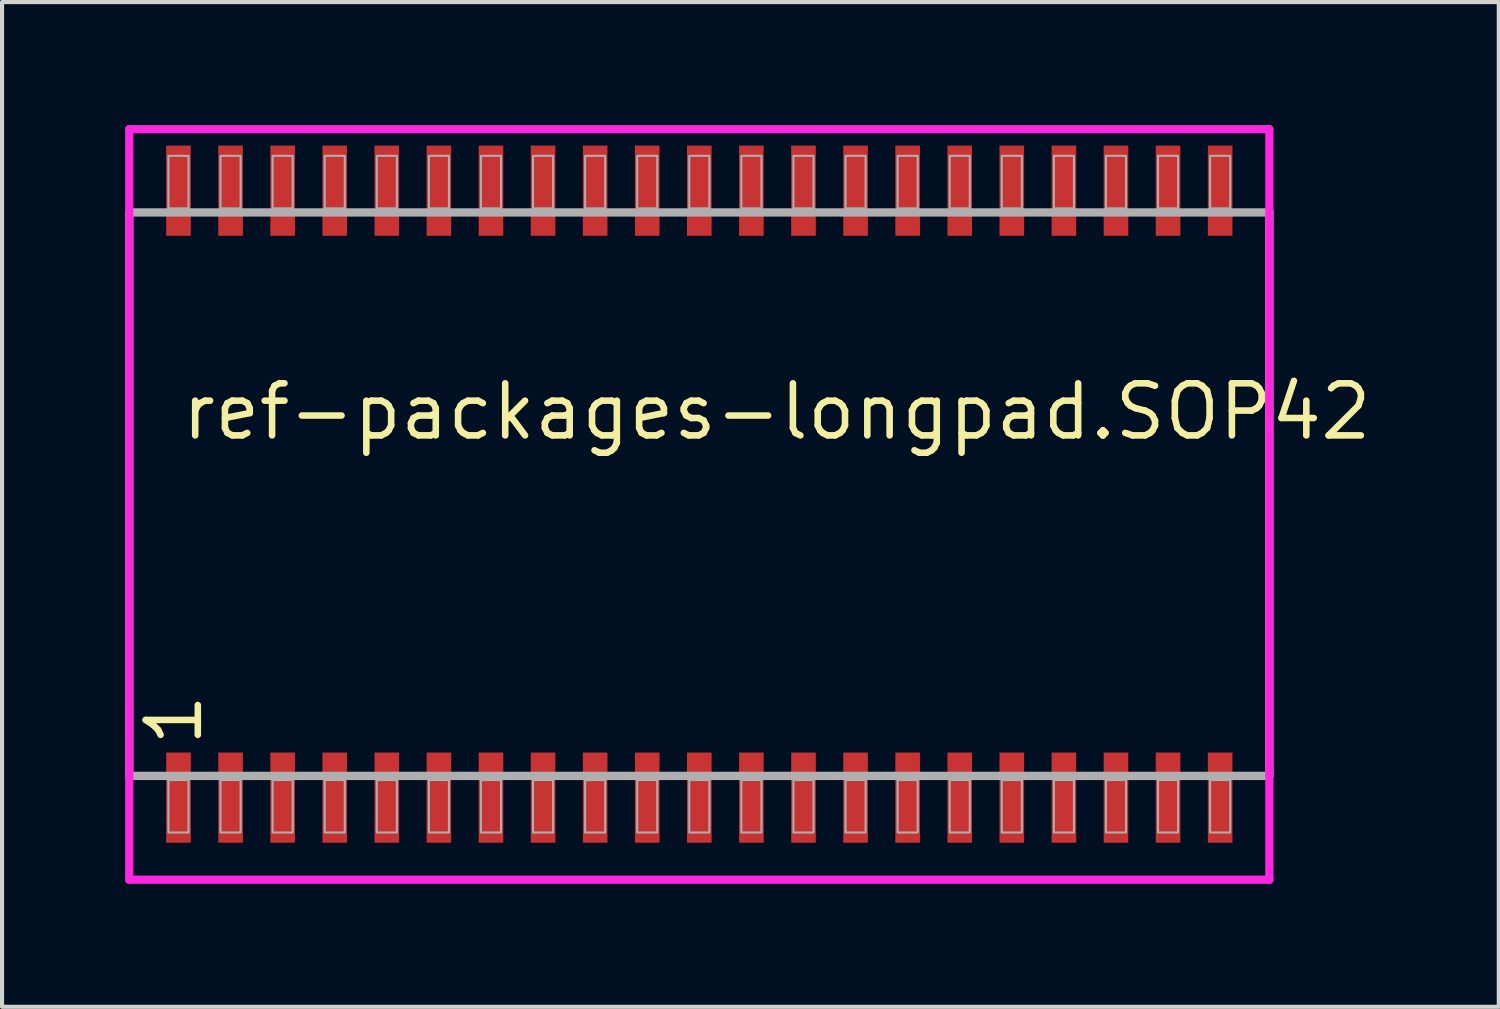
<source format=kicad_pcb>
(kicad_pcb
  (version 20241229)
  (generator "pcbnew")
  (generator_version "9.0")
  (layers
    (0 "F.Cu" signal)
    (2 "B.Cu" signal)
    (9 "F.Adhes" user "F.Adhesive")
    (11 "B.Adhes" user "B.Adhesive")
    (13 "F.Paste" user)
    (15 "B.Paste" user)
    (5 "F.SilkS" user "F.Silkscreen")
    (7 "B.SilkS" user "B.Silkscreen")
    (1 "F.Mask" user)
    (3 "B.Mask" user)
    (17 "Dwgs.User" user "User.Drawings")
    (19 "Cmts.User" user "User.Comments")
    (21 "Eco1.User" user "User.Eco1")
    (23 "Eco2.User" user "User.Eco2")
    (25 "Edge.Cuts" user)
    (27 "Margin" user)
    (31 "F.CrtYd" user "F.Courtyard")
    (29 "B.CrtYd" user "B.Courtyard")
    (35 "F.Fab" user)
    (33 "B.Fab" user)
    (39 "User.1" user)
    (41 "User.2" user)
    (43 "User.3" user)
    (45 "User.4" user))
  (footprint "ref-packages-longpad.SOP42"
    (layer "F.Cu")
    (at 14.002 9)
    (property "Reference" "ref-packages-longpad.SOP42" (at -12.7 -1.27 0) (layer "F.SilkS") (effects (font (size 1.27 1.27) (thickness 0.16)) (justify left bottom)))
    (attr smd)
    (fp_line (start -13.9 -8.9) (end 13.9 -8.9) (stroke (width 0.2) (type default)) (layer "F.CrtYd"))
    (fp_line (start -13.9 9.4) (end -13.9 -8.9) (stroke (width 0.2) (type default)) (layer "F.CrtYd"))
    (fp_line (start 13.9 -8.9) (end 13.9 9.4) (stroke (width 0.2) (type default)) (layer "F.CrtYd"))
    (fp_line (start 13.9 9.4) (end -13.9 9.4) (stroke (width 0.2) (type default)) (layer "F.CrtYd"))
    (fp_line (start -13.9 -6.87) (end 13.9 -6.87) (stroke (width 0.203) (type default)) (layer "F.Fab"))
    (fp_line (start -13.9 6.87) (end -13.9 -6.87) (stroke (width 0.203) (type default)) (layer "F.Fab"))
    (fp_line (start 13.9 -6.87) (end 13.9 6.87) (stroke (width 0.203) (type default)) (layer "F.Fab"))
    (fp_line (start 13.9 6.87) (end -13.9 6.87) (stroke (width 0.203) (type default)) (layer "F.Fab"))
    (fp_rect (start -12.945 -6.97) (end -12.455 -8.25) (stroke (width 0.05) (type default)) (fill no) (layer "F.Fab"))
    (fp_rect (start -12.945 8.25) (end -12.455 6.97) (stroke (width 0.05) (type default)) (fill no) (layer "F.Fab"))
    (fp_rect (start -11.675 -6.97) (end -11.185 -8.25) (stroke (width 0.05) (type default)) (fill no) (layer "F.Fab"))
    (fp_rect (start -11.675 8.25) (end -11.185 6.97) (stroke (width 0.05) (type default)) (fill no) (layer "F.Fab"))
    (fp_rect (start -10.405 -6.97) (end -9.915 -8.25) (stroke (width 0.05) (type default)) (fill no) (layer "F.Fab"))
    (fp_rect (start -10.405 8.25) (end -9.915 6.97) (stroke (width 0.05) (type default)) (fill no) (layer "F.Fab"))
    (fp_rect (start -9.135 -6.97) (end -8.645 -8.25) (stroke (width 0.05) (type default)) (fill no) (layer "F.Fab"))
    (fp_rect (start -9.135 8.25) (end -8.645 6.97) (stroke (width 0.05) (type default)) (fill no) (layer "F.Fab"))
    (fp_rect (start -7.865 -6.97) (end -7.375 -8.25) (stroke (width 0.05) (type default)) (fill no) (layer "F.Fab"))
    (fp_rect (start -7.865 8.25) (end -7.375 6.97) (stroke (width 0.05) (type default)) (fill no) (layer "F.Fab"))
    (fp_rect (start -6.595 -6.97) (end -6.105 -8.25) (stroke (width 0.05) (type default)) (fill no) (layer "F.Fab"))
    (fp_rect (start -6.595 8.25) (end -6.105 6.97) (stroke (width 0.05) (type default)) (fill no) (layer "F.Fab"))
    (fp_rect (start -5.325 -6.97) (end -4.835 -8.25) (stroke (width 0.05) (type default)) (fill no) (layer "F.Fab"))
    (fp_rect (start -5.325 8.25) (end -4.835 6.97) (stroke (width 0.05) (type default)) (fill no) (layer "F.Fab"))
    (fp_rect (start -4.055 -6.97) (end -3.565 -8.25) (stroke (width 0.05) (type default)) (fill no) (layer "F.Fab"))
    (fp_rect (start -4.055 8.25) (end -3.565 6.97) (stroke (width 0.05) (type default)) (fill no) (layer "F.Fab"))
    (fp_rect (start -2.785 -6.97) (end -2.295 -8.25) (stroke (width 0.05) (type default)) (fill no) (layer "F.Fab"))
    (fp_rect (start -2.785 8.25) (end -2.295 6.97) (stroke (width 0.05) (type default)) (fill no) (layer "F.Fab"))
    (fp_rect (start -1.515 -6.97) (end -1.025 -8.25) (stroke (width 0.05) (type default)) (fill no) (layer "F.Fab"))
    (fp_rect (start -1.515 8.25) (end -1.025 6.97) (stroke (width 0.05) (type default)) (fill no) (layer "F.Fab"))
    (fp_rect (start -0.245 -6.97) (end 0.245 -8.25) (stroke (width 0.05) (type default)) (fill no) (layer "F.Fab"))
    (fp_rect (start -0.245 8.25) (end 0.245 6.97) (stroke (width 0.05) (type default)) (fill no) (layer "F.Fab"))
    (fp_rect (start 1.025 -6.97) (end 1.515 -8.25) (stroke (width 0.05) (type default)) (fill no) (layer "F.Fab"))
    (fp_rect (start 1.025 8.25) (end 1.515 6.97) (stroke (width 0.05) (type default)) (fill no) (layer "F.Fab"))
    (fp_rect (start 2.295 -6.97) (end 2.785 -8.25) (stroke (width 0.05) (type default)) (fill no) (layer "F.Fab"))
    (fp_rect (start 2.295 8.25) (end 2.785 6.97) (stroke (width 0.05) (type default)) (fill no) (layer "F.Fab"))
    (fp_rect (start 3.565 -6.97) (end 4.055 -8.25) (stroke (width 0.05) (type default)) (fill no) (layer "F.Fab"))
    (fp_rect (start 3.565 8.25) (end 4.055 6.97) (stroke (width 0.05) (type default)) (fill no) (layer "F.Fab"))
    (fp_rect (start 4.835 -6.97) (end 5.325 -8.25) (stroke (width 0.05) (type default)) (fill no) (layer "F.Fab"))
    (fp_rect (start 4.835 8.25) (end 5.325 6.97) (stroke (width 0.05) (type default)) (fill no) (layer "F.Fab"))
    (fp_rect (start 6.105 -6.97) (end 6.595 -8.25) (stroke (width 0.05) (type default)) (fill no) (layer "F.Fab"))
    (fp_rect (start 6.105 8.25) (end 6.595 6.97) (stroke (width 0.05) (type default)) (fill no) (layer "F.Fab"))
    (fp_rect (start 7.375 -6.97) (end 7.865 -8.25) (stroke (width 0.05) (type default)) (fill no) (layer "F.Fab"))
    (fp_rect (start 7.375 8.25) (end 7.865 6.97) (stroke (width 0.05) (type default)) (fill no) (layer "F.Fab"))
    (fp_rect (start 8.645 -6.97) (end 9.135 -8.25) (stroke (width 0.05) (type default)) (fill no) (layer "F.Fab"))
    (fp_rect (start 8.645 8.25) (end 9.135 6.97) (stroke (width 0.05) (type default)) (fill no) (layer "F.Fab"))
    (fp_rect (start 9.915 -6.97) (end 10.405 -8.25) (stroke (width 0.05) (type default)) (fill no) (layer "F.Fab"))
    (fp_rect (start 9.915 8.25) (end 10.405 6.97) (stroke (width 0.05) (type default)) (fill no) (layer "F.Fab"))
    (fp_rect (start 11.185 -6.97) (end 11.675 -8.25) (stroke (width 0.05) (type default)) (fill no) (layer "F.Fab"))
    (fp_rect (start 11.185 8.25) (end 11.675 6.97) (stroke (width 0.05) (type default)) (fill no) (layer "F.Fab"))
    (fp_rect (start 12.455 -6.97) (end 12.945 -8.25) (stroke (width 0.05) (type default)) (fill no) (layer "F.Fab"))
    (fp_rect (start 12.455 8.25) (end 12.945 6.97) (stroke (width 0.05) (type default)) (fill no) (layer "F.Fab"))
    (fp_text user "1" (at -12.065 6.215 90) (layer "F.SilkS") (effects (font (size 1.27 1.27) (thickness 0.16)) (justify left bottom)))
    (pad "1" smd roundrect (at -12.7 7.4) (size 0.6 2.2) (layers "F.Cu" "F.Mask" "F.Paste") (roundrect_rratio 0.01))
    (pad "2" smd roundrect (at -11.43 7.4) (size 0.6 2.2) (layers "F.Cu" "F.Mask" "F.Paste") (roundrect_rratio 0.01))
    (pad "3" smd roundrect (at -10.16 7.4) (size 0.6 2.2) (layers "F.Cu" "F.Mask" "F.Paste") (roundrect_rratio 0.01))
    (pad "4" smd roundrect (at -8.89 7.4) (size 0.6 2.2) (layers "F.Cu" "F.Mask" "F.Paste") (roundrect_rratio 0.01))
    (pad "5" smd roundrect (at -7.62 7.4) (size 0.6 2.2) (layers "F.Cu" "F.Mask" "F.Paste") (roundrect_rratio 0.01))
    (pad "6" smd roundrect (at -6.35 7.4) (size 0.6 2.2) (layers "F.Cu" "F.Mask" "F.Paste") (roundrect_rratio 0.01))
    (pad "7" smd roundrect (at -5.08 7.4) (size 0.6 2.2) (layers "F.Cu" "F.Mask" "F.Paste") (roundrect_rratio 0.01))
    (pad "8" smd roundrect (at -3.81 7.4) (size 0.6 2.2) (layers "F.Cu" "F.Mask" "F.Paste") (roundrect_rratio 0.01))
    (pad "9" smd roundrect (at -2.54 7.4) (size 0.6 2.2) (layers "F.Cu" "F.Mask" "F.Paste") (roundrect_rratio 0.01))
    (pad "10" smd roundrect (at -1.27 7.4) (size 0.6 2.2) (layers "F.Cu" "F.Mask" "F.Paste") (roundrect_rratio 0.01))
    (pad "11" smd roundrect (at 0 7.4) (size 0.6 2.2) (layers "F.Cu" "F.Mask" "F.Paste") (roundrect_rratio 0.01))
    (pad "12" smd roundrect (at 1.27 7.4) (size 0.6 2.2) (layers "F.Cu" "F.Mask" "F.Paste") (roundrect_rratio 0.01))
    (pad "13" smd roundrect (at 2.54 7.4) (size 0.6 2.2) (layers "F.Cu" "F.Mask" "F.Paste") (roundrect_rratio 0.01))
    (pad "14" smd roundrect (at 3.81 7.4) (size 0.6 2.2) (layers "F.Cu" "F.Mask" "F.Paste") (roundrect_rratio 0.01))
    (pad "15" smd roundrect (at 5.08 7.4) (size 0.6 2.2) (layers "F.Cu" "F.Mask" "F.Paste") (roundrect_rratio 0.01))
    (pad "16" smd roundrect (at 6.35 7.4) (size 0.6 2.2) (layers "F.Cu" "F.Mask" "F.Paste") (roundrect_rratio 0.01))
    (pad "17" smd roundrect (at 7.62 7.4) (size 0.6 2.2) (layers "F.Cu" "F.Mask" "F.Paste") (roundrect_rratio 0.01))
    (pad "18" smd roundrect (at 8.89 7.4) (size 0.6 2.2) (layers "F.Cu" "F.Mask" "F.Paste") (roundrect_rratio 0.01))
    (pad "19" smd roundrect (at 10.16 7.4) (size 0.6 2.2) (layers "F.Cu" "F.Mask" "F.Paste") (roundrect_rratio 0.01))
    (pad "20" smd roundrect (at 11.43 7.4) (size 0.6 2.2) (layers "F.Cu" "F.Mask" "F.Paste") (roundrect_rratio 0.01))
    (pad "21" smd roundrect (at 12.7 7.4) (size 0.6 2.2) (layers "F.Cu" "F.Mask" "F.Paste") (roundrect_rratio 0.01))
    (pad "22" smd roundrect (at 12.7 -7.4) (size 0.6 2.2) (layers "F.Cu" "F.Mask" "F.Paste") (roundrect_rratio 0.01))
    (pad "23" smd roundrect (at 11.43 -7.4) (size 0.6 2.2) (layers "F.Cu" "F.Mask" "F.Paste") (roundrect_rratio 0.01))
    (pad "24" smd roundrect (at 10.16 -7.4) (size 0.6 2.2) (layers "F.Cu" "F.Mask" "F.Paste") (roundrect_rratio 0.01))
    (pad "25" smd roundrect (at 8.89 -7.4) (size 0.6 2.2) (layers "F.Cu" "F.Mask" "F.Paste") (roundrect_rratio 0.01))
    (pad "26" smd roundrect (at 7.62 -7.4) (size 0.6 2.2) (layers "F.Cu" "F.Mask" "F.Paste") (roundrect_rratio 0.01))
    (pad "27" smd roundrect (at 6.35 -7.4) (size 0.6 2.2) (layers "F.Cu" "F.Mask" "F.Paste") (roundrect_rratio 0.01))
    (pad "28" smd roundrect (at 5.08 -7.4) (size 0.6 2.2) (layers "F.Cu" "F.Mask" "F.Paste") (roundrect_rratio 0.01))
    (pad "29" smd roundrect (at 3.81 -7.4) (size 0.6 2.2) (layers "F.Cu" "F.Mask" "F.Paste") (roundrect_rratio 0.01))
    (pad "30" smd roundrect (at 2.54 -7.4) (size 0.6 2.2) (layers "F.Cu" "F.Mask" "F.Paste") (roundrect_rratio 0.01))
    (pad "31" smd roundrect (at 1.27 -7.4) (size 0.6 2.2) (layers "F.Cu" "F.Mask" "F.Paste") (roundrect_rratio 0.01))
    (pad "32" smd roundrect (at 0 -7.4) (size 0.6 2.2) (layers "F.Cu" "F.Mask" "F.Paste") (roundrect_rratio 0.01))
    (pad "33" smd roundrect (at -1.27 -7.4) (size 0.6 2.2) (layers "F.Cu" "F.Mask" "F.Paste") (roundrect_rratio 0.01))
    (pad "34" smd roundrect (at -2.54 -7.4) (size 0.6 2.2) (layers "F.Cu" "F.Mask" "F.Paste") (roundrect_rratio 0.01))
    (pad "35" smd roundrect (at -3.81 -7.4) (size 0.6 2.2) (layers "F.Cu" "F.Mask" "F.Paste") (roundrect_rratio 0.01))
    (pad "36" smd roundrect (at -5.08 -7.4) (size 0.6 2.2) (layers "F.Cu" "F.Mask" "F.Paste") (roundrect_rratio 0.01))
    (pad "37" smd roundrect (at -6.35 -7.4) (size 0.6 2.2) (layers "F.Cu" "F.Mask" "F.Paste") (roundrect_rratio 0.01))
    (pad "38" smd roundrect (at -7.62 -7.4) (size 0.6 2.2) (layers "F.Cu" "F.Mask" "F.Paste") (roundrect_rratio 0.01))
    (pad "39" smd roundrect (at -8.89 -7.4) (size 0.6 2.2) (layers "F.Cu" "F.Mask" "F.Paste") (roundrect_rratio 0.01))
    (pad "40" smd roundrect (at -10.16 -7.4) (size 0.6 2.2) (layers "F.Cu" "F.Mask" "F.Paste") (roundrect_rratio 0.01))
    (pad "41" smd roundrect (at -11.43 -7.4) (size 0.6 2.2) (layers "F.Cu" "F.Mask" "F.Paste") (roundrect_rratio 0.01))
    (pad "42" smd roundrect (at -12.7 -7.4) (size 0.6 2.2) (layers "F.Cu" "F.Mask" "F.Paste") (roundrect_rratio 0.01)))
  (gr_rect
    (start -3 -3)
    (end 33.496 21.5)
    (stroke (width 0.1) (type default))
    (fill no)
    (layer "Edge.Cuts")))
</source>
